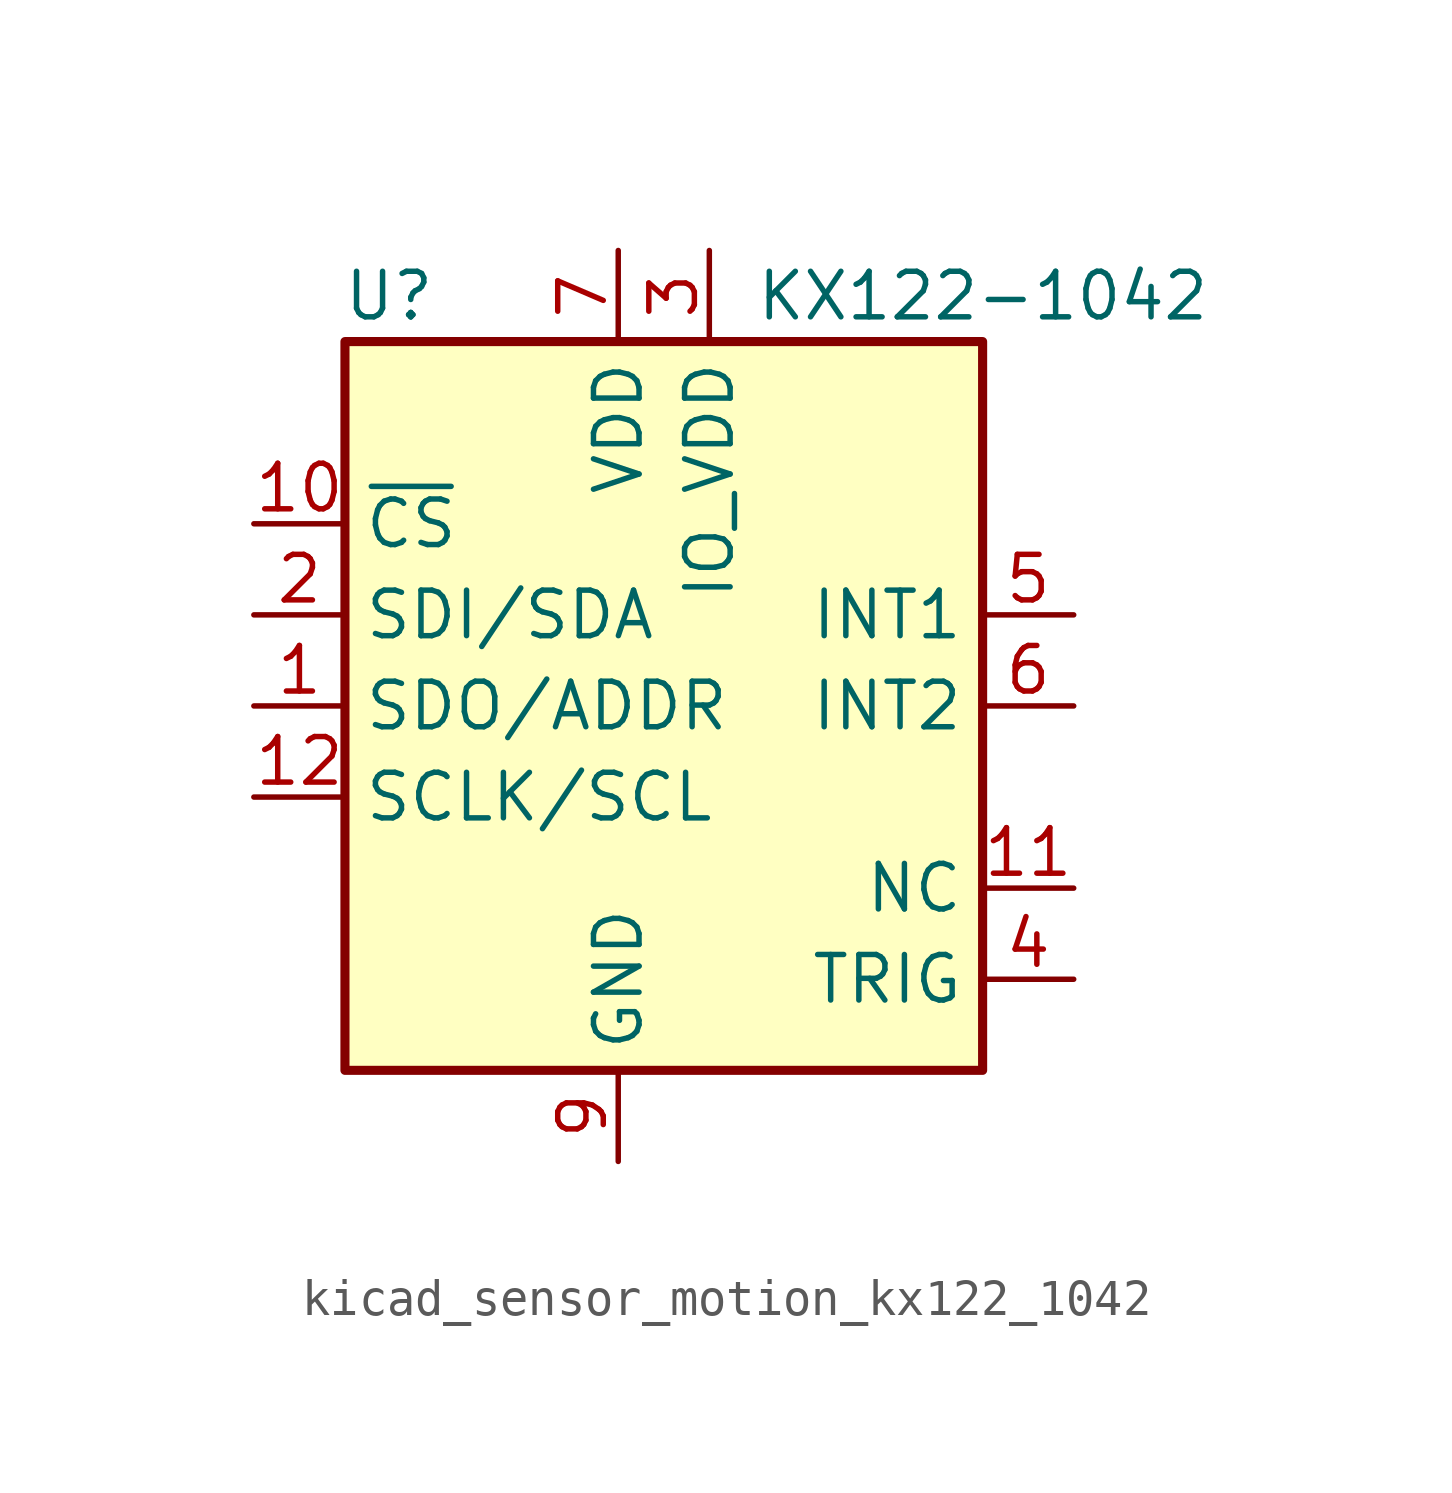
<source format=kicad_sym>
(kicad_symbol_lib
  (version 20220914)
  (generator kicad_symbol_editor)
  (symbol "kicad_sensor_motion_kx122_1042"
    (property "Reference" "U"
      (at -5.08 11.43 0)
      (effects (font (size 1.27 1.27)) (justify right)))
    (property "Value" "KX122-1042"
      (at 3.81 11.43 0)
      (effects (font (size 1.27 1.27)) (justify left)))
    (symbol "kicad_sensor_motion_kx122_1042_0_1"
      (rectangle (start -7.62 10.16) (end 10.16 -10.16) (stroke (width 0.254) (type default)) (fill (type background))))
    (symbol "kicad_sensor_motion_kx122_1042_1_1"
      (pin bidirectional line (at -10.16 0 0) (length 2.54) (name "SDO/ADDR" (effects (font (size 1.27 1.27)))) (number "1" (effects (font (size 1.27 1.27)))))
      (pin input line (at -10.16 5.08 0) (length 2.54) (name "~{CS}" (effects (font (size 1.27 1.27)))) (number "10" (effects (font (size 1.27 1.27)))))
      (pin passive line (at 12.7 -5.08 180) (length 2.54) (name "NC" (effects (font (size 1.27 1.27)))) (number "11" (effects (font (size 1.27 1.27)))))
      (pin input line (at -10.16 -2.54 0) (length 2.54) (name "SCLK/SCL" (effects (font (size 1.27 1.27)))) (number "12" (effects (font (size 1.27 1.27)))))
      (pin bidirectional line (at -10.16 2.54 0) (length 2.54) (name "SDI/SDA" (effects (font (size 1.27 1.27)))) (number "2" (effects (font (size 1.27 1.27)))))
      (pin power_in line (at 2.54 12.7 270) (length 2.54) (name "IO_VDD" (effects (font (size 1.27 1.27)))) (number "3" (effects (font (size 1.27 1.27)))))
      (pin input line (at 12.7 -7.62 180) (length 2.54) (name "TRIG" (effects (font (size 1.27 1.27)))) (number "4" (effects (font (size 1.27 1.27)))))
      (pin output line (at 12.7 2.54 180) (length 2.54) (name "INT1" (effects (font (size 1.27 1.27)))) (number "5" (effects (font (size 1.27 1.27)))))
      (pin output line (at 12.7 0 180) (length 2.54) (name "INT2" (effects (font (size 1.27 1.27)))) (number "6" (effects (font (size 1.27 1.27)))))
      (pin power_in line (at 0 12.7 270) (length 2.54) (name "VDD" (effects (font (size 1.27 1.27)))) (number "7" (effects (font (size 1.27 1.27)))))
      (pin power_in line (at 0 -12.7 90) (length 2.54) (name "GND" (effects (font (size 1.27 1.27)))) (number "9" (effects (font (size 1.27 1.27))))))))
</source>
